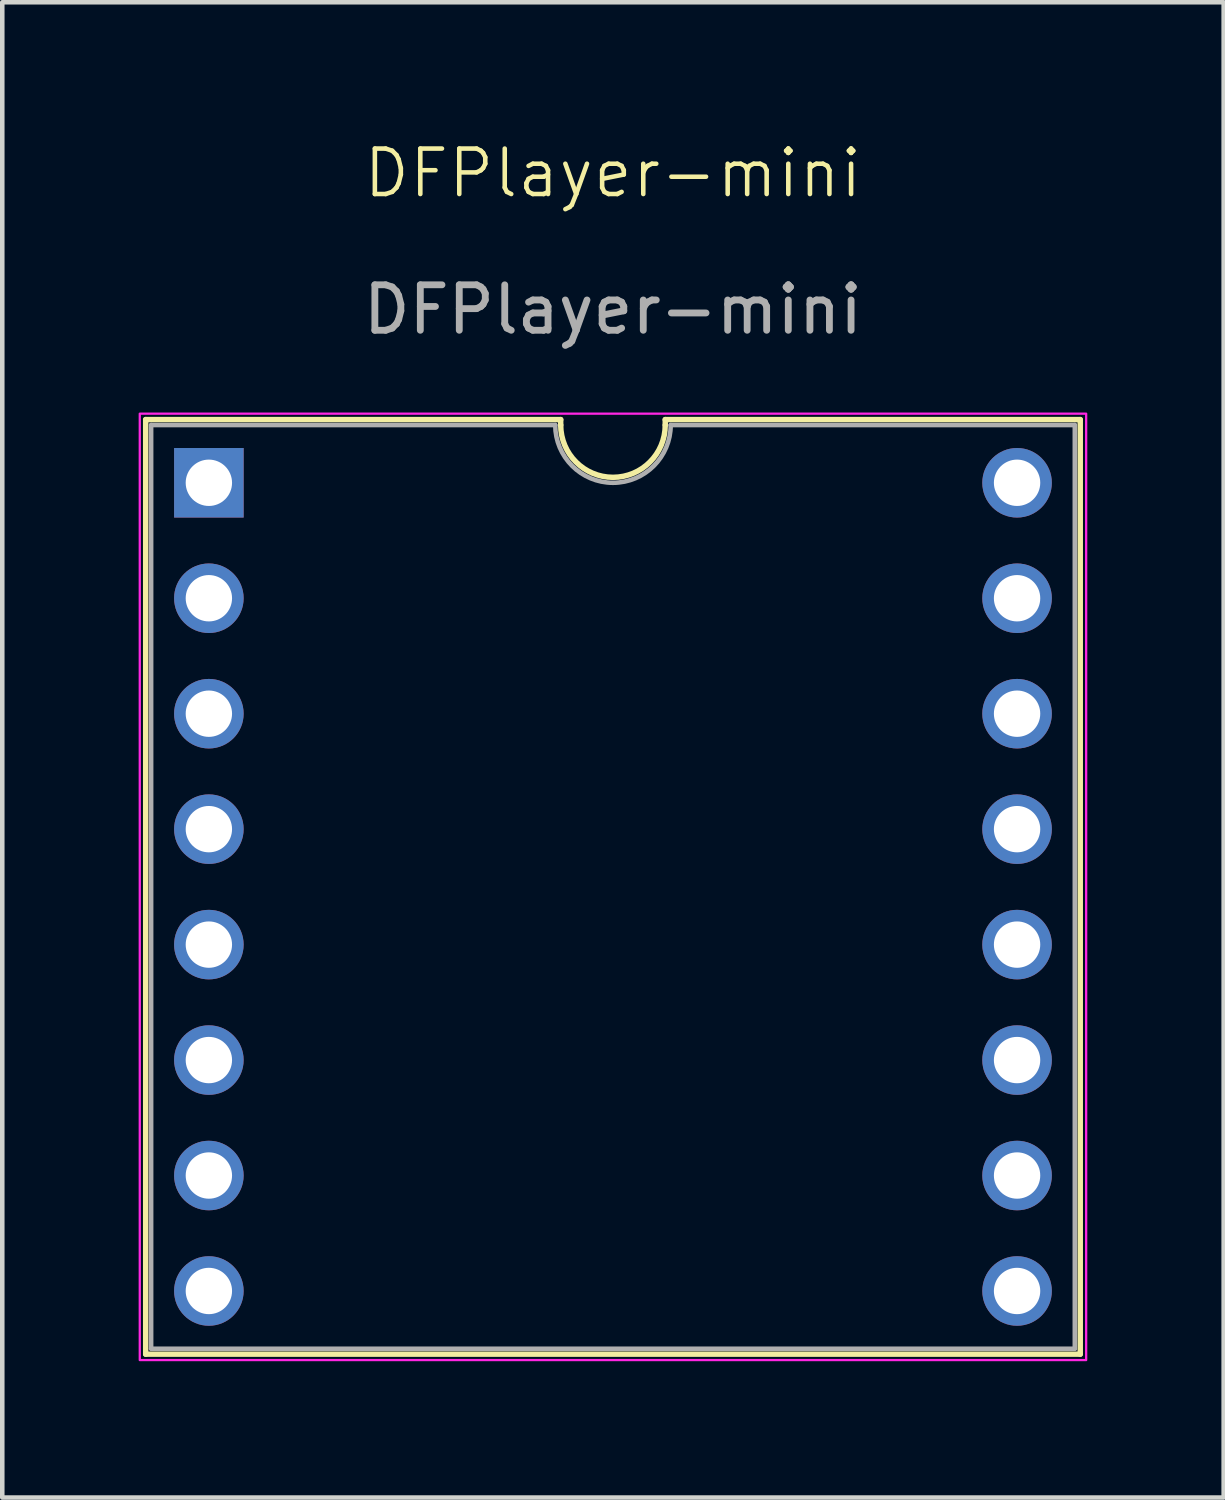
<source format=kicad_pcb>
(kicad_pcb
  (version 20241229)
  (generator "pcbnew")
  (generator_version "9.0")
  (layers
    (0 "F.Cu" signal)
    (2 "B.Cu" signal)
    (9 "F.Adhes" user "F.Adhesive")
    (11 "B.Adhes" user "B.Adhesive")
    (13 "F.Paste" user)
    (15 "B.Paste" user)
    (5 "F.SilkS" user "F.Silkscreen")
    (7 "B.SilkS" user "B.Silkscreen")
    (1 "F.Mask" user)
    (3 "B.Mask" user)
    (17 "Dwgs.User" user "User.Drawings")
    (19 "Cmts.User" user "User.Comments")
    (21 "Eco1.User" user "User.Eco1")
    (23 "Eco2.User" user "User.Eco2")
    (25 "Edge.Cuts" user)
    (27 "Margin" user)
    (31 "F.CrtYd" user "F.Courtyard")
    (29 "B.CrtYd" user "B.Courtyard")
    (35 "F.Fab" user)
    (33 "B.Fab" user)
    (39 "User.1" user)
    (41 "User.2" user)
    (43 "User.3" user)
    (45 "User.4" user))
  (footprint "DFPlayer-mini"
    (layer "F.Cu")
    (at 1.545 7.571)
    (property "Reference" "DFPlayer-mini" (at 8.89 -6.81 0) (unlocked yes) (layer "F.SilkS") (effects (font (size 1 1) (thickness 0.1))))
    (attr through_hole)
    (fp_line (start -1.39 -1.39) (end -1.39 19.17) (stroke (width 0.12) (type default)) (layer "F.SilkS"))
    (fp_line (start -1.39 -1.39) (end 7.74 -1.39) (stroke (width 0.12) (type default)) (layer "F.SilkS"))
    (fp_line (start -1.39 19.17) (end 19.17 19.17) (stroke (width 0.12) (type default)) (layer "F.SilkS"))
    (fp_line (start 7.74 -1.27) (end 7.74 -1.39) (stroke (width 0.12) (type default)) (layer "F.SilkS"))
    (fp_line (start 10.04 -1.27) (end 10.04 -1.39) (stroke (width 0.12) (type default)) (layer "F.SilkS"))
    (fp_line (start 19.17 -1.39) (end 10.04 -1.39) (stroke (width 0.12) (type default)) (layer "F.SilkS"))
    (fp_line (start 19.17 19.17) (end 19.17 -1.39) (stroke (width 0.12) (type default)) (layer "F.SilkS"))
    (fp_arc (start 10.04 -1.27) (mid 8.89 -0.12) (end 7.74 -1.27) (stroke (width 0.12) (type default)) (layer "F.SilkS"))
    (fp_rect (start -1.52 -1.52) (end 19.3 19.3) (stroke (width 0.05) (type default)) (fill no) (layer "F.CrtYd"))
    (fp_line (start -1.27 -1.27) (end 7.62 -1.27) (stroke (width 0.1) (type default)) (layer "F.Fab"))
    (fp_line (start -1.27 19.05) (end -1.27 -1.27) (stroke (width 0.1) (type default)) (layer "F.Fab"))
    (fp_line (start 10.16 -1.27) (end 19.05 -1.27) (stroke (width 0.1) (type default)) (layer "F.Fab"))
    (fp_line (start 19.05 -1.27) (end 19.05 19.05) (stroke (width 0.1) (type default)) (layer "F.Fab"))
    (fp_line (start 19.05 19.05) (end -1.27 19.05) (stroke (width 0.1) (type default)) (layer "F.Fab"))
    (fp_arc (start 10.16 -1.27) (mid 8.89 0) (end 7.62 -1.27) (stroke (width 0.1) (type default)) (layer "F.Fab"))
    (fp_text user "${REFERENCE}" (at 8.89 -3.81 0) (unlocked yes) (layer "F.Fab") (effects (font (size 1 1) (thickness 0.15))))
    (pad "1" thru_hole rect (at 0 0) (size 1.53 1.53) (drill 1.02) (layers "*.Cu" "*.Mask"))
    (pad "2" thru_hole circle (at 0 2.54) (size 1.53 1.53) (drill 1.02) (layers "*.Cu" "*.Mask"))
    (pad "3" thru_hole circle (at 0 5.08) (size 1.53 1.53) (drill 1.02) (layers "*.Cu" "*.Mask"))
    (pad "4" thru_hole circle (at 0 7.62) (size 1.53 1.53) (drill 1.02) (layers "*.Cu" "*.Mask"))
    (pad "5" thru_hole circle (at 0 10.16) (size 1.53 1.53) (drill 1.02) (layers "*.Cu" "*.Mask"))
    (pad "6" thru_hole circle (at 0 12.7) (size 1.53 1.53) (drill 1.02) (layers "*.Cu" "*.Mask"))
    (pad "7" thru_hole circle (at 0 15.24) (size 1.53 1.53) (drill 1.02) (layers "*.Cu" "*.Mask"))
    (pad "8" thru_hole circle (at 0 17.78) (size 1.53 1.53) (drill 1.02) (layers "*.Cu" "*.Mask"))
    (pad "9" thru_hole circle (at 17.78 0) (size 1.53 1.53) (drill 1.02) (layers "*.Cu" "*.Mask"))
    (pad "10" thru_hole circle (at 17.78 2.54) (size 1.53 1.53) (drill 1.02) (layers "*.Cu" "*.Mask"))
    (pad "11" thru_hole circle (at 17.78 5.08) (size 1.53 1.53) (drill 1.02) (layers "*.Cu" "*.Mask"))
    (pad "12" thru_hole circle (at 17.78 7.62) (size 1.53 1.53) (drill 1.02) (layers "*.Cu" "*.Mask"))
    (pad "13" thru_hole circle (at 17.78 10.16) (size 1.53 1.53) (drill 1.02) (layers "*.Cu" "*.Mask"))
    (pad "14" thru_hole circle (at 17.78 12.7) (size 1.53 1.53) (drill 1.02) (layers "*.Cu" "*.Mask"))
    (pad "15" thru_hole circle (at 17.78 15.24) (size 1.53 1.53) (drill 1.02) (layers "*.Cu" "*.Mask"))
    (pad "16" thru_hole circle (at 17.78 17.78) (size 1.53 1.53) (drill 1.02) (layers "*.Cu" "*.Mask")))
  (gr_rect
    (start -3 -3)
    (end 23.87 29.895)
    (stroke (width 0.1) (type default))
    (fill no)
    (layer "Edge.Cuts")))
</source>
